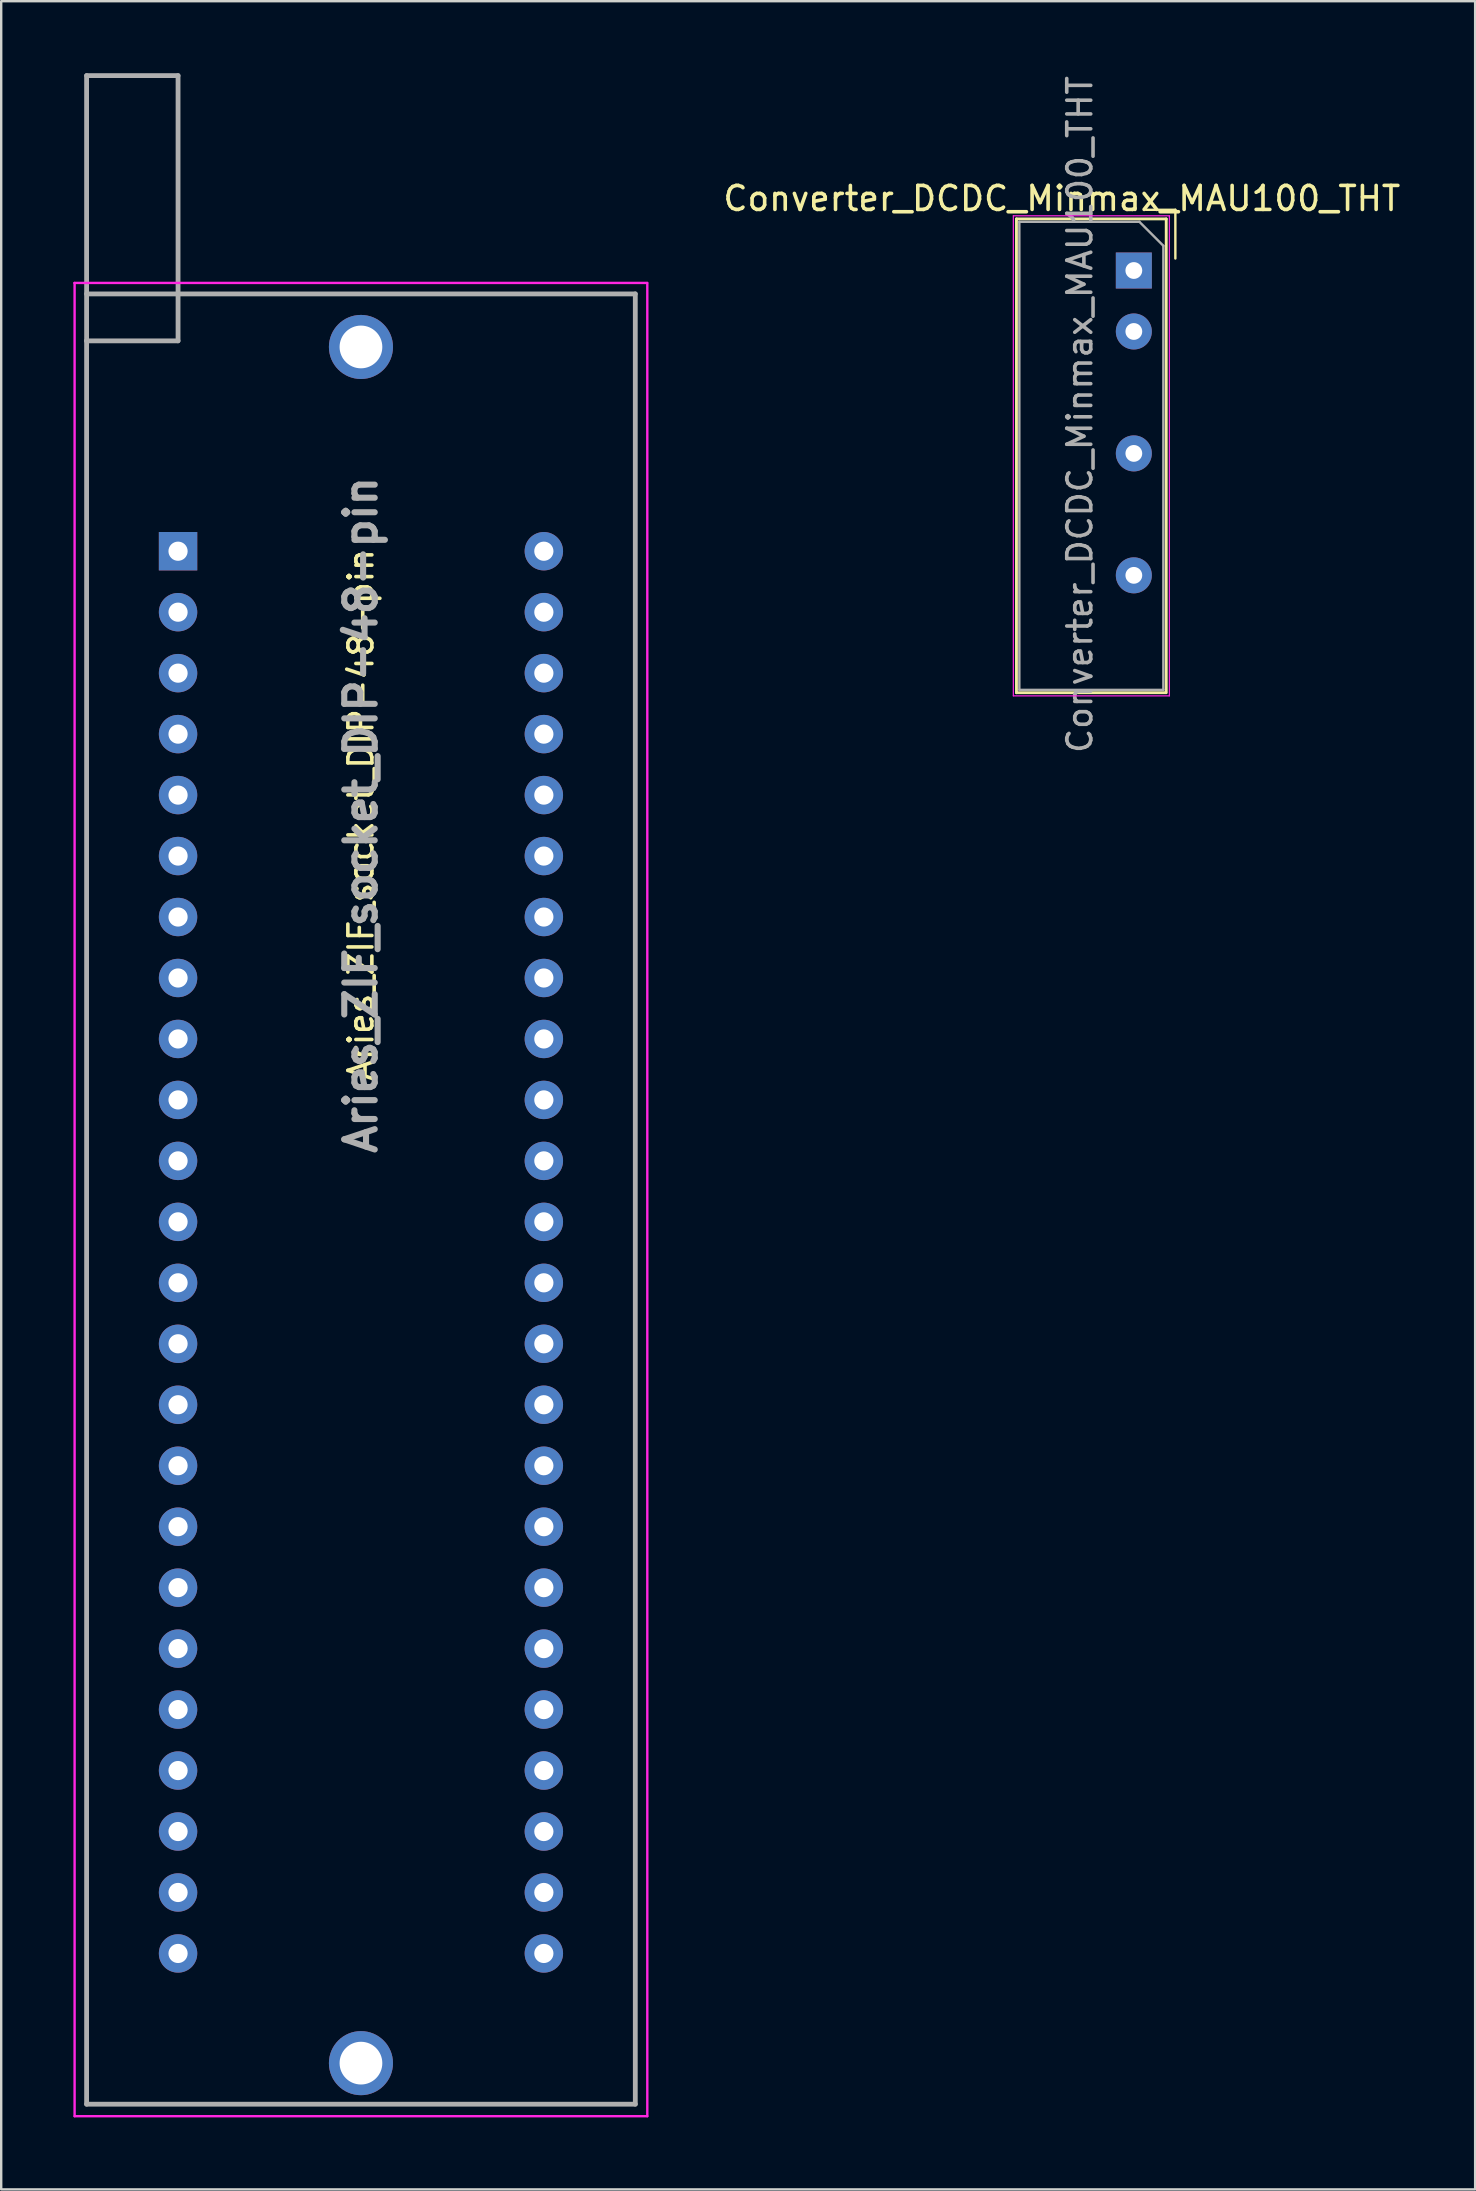
<source format=kicad_pcb>
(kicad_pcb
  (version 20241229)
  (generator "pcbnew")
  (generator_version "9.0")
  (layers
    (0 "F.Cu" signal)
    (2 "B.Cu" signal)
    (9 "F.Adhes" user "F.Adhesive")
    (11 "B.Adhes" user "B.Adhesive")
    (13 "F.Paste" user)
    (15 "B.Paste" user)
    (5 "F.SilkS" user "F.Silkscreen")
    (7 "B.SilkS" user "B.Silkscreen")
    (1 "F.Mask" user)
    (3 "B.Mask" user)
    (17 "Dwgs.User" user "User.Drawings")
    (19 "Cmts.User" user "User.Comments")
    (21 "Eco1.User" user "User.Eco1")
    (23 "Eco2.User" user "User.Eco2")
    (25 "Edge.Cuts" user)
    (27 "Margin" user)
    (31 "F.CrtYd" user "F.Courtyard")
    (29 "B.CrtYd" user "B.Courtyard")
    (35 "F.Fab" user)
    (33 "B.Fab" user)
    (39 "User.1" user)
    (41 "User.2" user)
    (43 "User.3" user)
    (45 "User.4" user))
  (footprint "Converter_DCDC_Minmax_MAU100_THT"
    (layer "F.Cu")
    (at 44.188 8.22)
    (property "Reference" "Converter_DCDC_Minmax_MAU100_THT" (at -3 -3 0) (layer "F.SilkS") (effects (font (size 1 1) (thickness 0.15))))
    (attr through_hole)
    (fp_line (start -4.89 -2.15) (end -4.89 17.59) (stroke (width 0.12) (type solid)) (layer "F.SilkS"))
    (fp_line (start -4.89 17.59) (end 1.33 17.59) (stroke (width 0.12) (type solid)) (layer "F.SilkS"))
    (fp_line (start 1.35 -2.15) (end -4.89 -2.15) (stroke (width 0.12) (type solid)) (layer "F.SilkS"))
    (fp_line (start 1.35 17.59) (end 1.35 -2.15) (stroke (width 0.12) (type solid)) (layer "F.SilkS"))
    (fp_line (start 1.73 -2.53) (end 0.5 -2.53) (stroke (width 0.1) (type solid)) (layer "F.SilkS"))
    (fp_line (start 1.73 -2.53) (end 1.73 -0.5) (stroke (width 0.1) (type solid)) (layer "F.SilkS"))
    (fp_line (start -5.02 -2.28) (end -5.02 17.72) (stroke (width 0.05) (type solid)) (layer "F.CrtYd"))
    (fp_line (start -5.02 17.72) (end 1.48 17.72) (stroke (width 0.05) (type solid)) (layer "F.CrtYd"))
    (fp_line (start 1.48 -2.28) (end -5.02 -2.28) (stroke (width 0.05) (type solid)) (layer "F.CrtYd"))
    (fp_line (start 1.48 17.72) (end 1.48 -2.28) (stroke (width 0.05) (type solid)) (layer "F.CrtYd"))
    (fp_line (start -4.77 -2.03) (end -4.77 17.47) (stroke (width 0.1) (type solid)) (layer "F.Fab"))
    (fp_line (start -4.77 17.47) (end 1.23 17.47) (stroke (width 0.1) (type solid)) (layer "F.Fab"))
    (fp_line (start 0.23 -2.03) (end -4.77 -2.03) (stroke (width 0.1) (type solid)) (layer "F.Fab"))
    (fp_line (start 0.23 -2.03) (end 1.23 -1.03) (stroke (width 0.1) (type solid)) (layer "F.Fab"))
    (fp_line (start 1.23 17.47) (end 1.23 -1.03) (stroke (width 0.1) (type solid)) (layer "F.Fab"))
    (fp_text user "${REFERENCE}" (at -2.25 6 90) (layer "F.Fab") (effects (font (size 1 1) (thickness 0.15))))
    (pad "1" thru_hole rect (at 0 0) (size 1.5 1.5) (drill 0.7) (layers "*.Cu" "*.Mask"))
    (pad "2" thru_hole oval (at 0 2.54) (size 1.5 1.5) (drill 0.7) (layers "*.Cu" "*.Mask"))
    (pad "4" thru_hole oval (at 0 7.62) (size 1.5 1.5) (drill 0.7) (layers "*.Cu" "*.Mask"))
    (pad "6" thru_hole oval (at 0 12.7) (size 1.5 1.5) (drill 0.7) (layers "*.Cu" "*.Mask")))
  (footprint "Aries_ZIF_socket_DIP-48-pin"
    (layer "F.Cu")
    (at 11.988 33.885)
    (property "Reference" "Aries_ZIF_socket_DIP-48-pin" (at 0 -2.985 90) (layer "F.SilkS") (effects (font (size 1 1) (thickness 0.15))))
    (attr through_hole)
    (fp_line (start -11.43 -24.69) (end 11.43 -24.69) (stroke (width 0.1) (type solid)) (layer "F.SilkS"))
    (fp_line (start -11.43 25.33) (end -11.43 -24.69) (stroke (width 0.1) (type solid)) (layer "F.SilkS"))
    (fp_line (start 11.43 -24.69) (end 11.43 25.33) (stroke (width 0.1) (type solid)) (layer "F.SilkS"))
    (fp_line (start 11.43 50.73) (end -11.43 50.73) (stroke (width 0.1) (type solid)) (layer "F.SilkS"))
    (fp_line (start -11.938 -25.146) (end 11.922 -25.146) (stroke (width 0.1) (type solid)) (layer "F.CrtYd"))
    (fp_line (start -11.93 51.23) (end -11.93 -25.146) (stroke (width 0.1) (type solid)) (layer "F.CrtYd"))
    (fp_line (start 11.93 -25.146) (end 11.93 51.23) (stroke (width 0.1) (type solid)) (layer "F.CrtYd"))
    (fp_line (start 11.93 51.23) (end -11.93 51.23) (stroke (width 0.1) (type solid)) (layer "F.CrtYd"))
    (fp_line (start -11.43 -33.785) (end -7.62 -33.785) (stroke (width 0.2) (type solid)) (layer "F.Fab"))
    (fp_line (start -11.43 -24.69) (end 11.43 -24.69) (stroke (width 0.2) (type solid)) (layer "F.Fab"))
    (fp_line (start -11.43 -22.735) (end -11.43 -33.785) (stroke (width 0.2) (type solid)) (layer "F.Fab"))
    (fp_line (start -11.43 50.73) (end -11.43 -22.735) (stroke (width 0.2) (type solid)) (layer "F.Fab"))
    (fp_line (start -7.62 -33.785) (end -7.62 -22.735) (stroke (width 0.2) (type solid)) (layer "F.Fab"))
    (fp_line (start -7.62 -22.735) (end -11.43 -22.735) (stroke (width 0.2) (type solid)) (layer "F.Fab"))
    (fp_line (start 11.43 -24.69) (end 11.43 50.73) (stroke (width 0.2) (type solid)) (layer "F.Fab"))
    (fp_line (start 11.43 50.73) (end -11.43 50.73) (stroke (width 0.2) (type solid)) (layer "F.Fab"))
    (fp_text user "${REFERENCE}" (at 0 -2.985 90) (layer "F.Fab") (effects (font (size 1.27 1.27) (thickness 0.254))))
    (pad "1" thru_hole rect (at -7.62 -13.97) (size 1.6 1.6) (drill 0.8) (layers "*.Cu" "*.Mask"))
    (pad "2" thru_hole oval (at -7.62 -11.43) (size 1.6 1.6) (drill 0.8) (layers "*.Cu" "*.Mask"))
    (pad "3" thru_hole oval (at -7.62 -8.89) (size 1.6 1.6) (drill 0.8) (layers "*.Cu" "*.Mask"))
    (pad "4" thru_hole oval (at -7.62 -6.35) (size 1.6 1.6) (drill 0.8) (layers "*.Cu" "*.Mask"))
    (pad "5" thru_hole oval (at -7.62 -3.81) (size 1.6 1.6) (drill 0.8) (layers "*.Cu" "*.Mask"))
    (pad "6" thru_hole oval (at -7.62 -1.27) (size 1.6 1.6) (drill 0.8) (layers "*.Cu" "*.Mask"))
    (pad "7" thru_hole oval (at -7.62 1.27) (size 1.6 1.6) (drill 0.8) (layers "*.Cu" "*.Mask"))
    (pad "8" thru_hole oval (at -7.62 3.81) (size 1.6 1.6) (drill 0.8) (layers "*.Cu" "*.Mask"))
    (pad "9" thru_hole oval (at -7.62 6.35) (size 1.6 1.6) (drill 0.8) (layers "*.Cu" "*.Mask"))
    (pad "10" thru_hole oval (at -7.62 8.89) (size 1.6 1.6) (drill 0.8) (layers "*.Cu" "*.Mask"))
    (pad "11" thru_hole oval (at -7.62 11.43) (size 1.6 1.6) (drill 0.8) (layers "*.Cu" "*.Mask"))
    (pad "12" thru_hole oval (at -7.62 13.97) (size 1.6 1.6) (drill 0.8) (layers "*.Cu" "*.Mask"))
    (pad "13" thru_hole oval (at -7.62 16.51) (size 1.6 1.6) (drill 0.8) (layers "*.Cu" "*.Mask"))
    (pad "14" thru_hole oval (at -7.62 19.05) (size 1.6 1.6) (drill 0.8) (layers "*.Cu" "*.Mask"))
    (pad "15" thru_hole oval (at -7.62 21.59) (size 1.6 1.6) (drill 0.8) (layers "*.Cu" "*.Mask"))
    (pad "16" thru_hole oval (at -7.62 24.13) (size 1.6 1.6) (drill 0.8) (layers "*.Cu" "*.Mask"))
    (pad "17" thru_hole oval (at -7.62 26.67) (size 1.6 1.6) (drill 0.8) (layers "*.Cu" "*.Mask"))
    (pad "18" thru_hole oval (at -7.62 29.21) (size 1.6 1.6) (drill 0.8) (layers "*.Cu" "*.Mask"))
    (pad "19" thru_hole oval (at -7.62 31.75) (size 1.6 1.6) (drill 0.8) (layers "*.Cu" "*.Mask"))
    (pad "20" thru_hole oval (at -7.62 34.29) (size 1.6 1.6) (drill 0.8) (layers "*.Cu" "*.Mask"))
    (pad "21" thru_hole oval (at -7.62 36.83) (size 1.6 1.6) (drill 0.8) (layers "*.Cu" "*.Mask"))
    (pad "22" thru_hole oval (at -7.62 39.37) (size 1.6 1.6) (drill 0.8) (layers "*.Cu" "*.Mask"))
    (pad "23" thru_hole oval (at -7.62 41.91) (size 1.6 1.6) (drill 0.8) (layers "*.Cu" "*.Mask"))
    (pad "24" thru_hole oval (at -7.62 44.45) (size 1.6 1.6) (drill 0.8) (layers "*.Cu" "*.Mask"))
    (pad "25" thru_hole oval (at 7.62 44.45) (size 1.6 1.6) (drill 0.8) (layers "*.Cu" "*.Mask"))
    (pad "26" thru_hole oval (at 7.62 41.91) (size 1.6 1.6) (drill 0.8) (layers "*.Cu" "*.Mask"))
    (pad "27" thru_hole oval (at 7.62 39.37) (size 1.6 1.6) (drill 0.8) (layers "*.Cu" "*.Mask"))
    (pad "28" thru_hole oval (at 7.62 36.83) (size 1.6 1.6) (drill 0.8) (layers "*.Cu" "*.Mask"))
    (pad "29" thru_hole oval (at 7.62 34.29) (size 1.6 1.6) (drill 0.8) (layers "*.Cu" "*.Mask"))
    (pad "30" thru_hole oval (at 7.62 31.75) (size 1.6 1.6) (drill 0.8) (layers "*.Cu" "*.Mask"))
    (pad "31" thru_hole oval (at 7.62 29.21) (size 1.6 1.6) (drill 0.8) (layers "*.Cu" "*.Mask"))
    (pad "32" thru_hole oval (at 7.62 26.67) (size 1.6 1.6) (drill 0.8) (layers "*.Cu" "*.Mask"))
    (pad "33" thru_hole oval (at 7.62 24.13) (size 1.6 1.6) (drill 0.8) (layers "*.Cu" "*.Mask"))
    (pad "34" thru_hole oval (at 7.62 21.59) (size 1.6 1.6) (drill 0.8) (layers "*.Cu" "*.Mask"))
    (pad "35" thru_hole oval (at 7.62 19.05) (size 1.6 1.6) (drill 0.8) (layers "*.Cu" "*.Mask"))
    (pad "36" thru_hole oval (at 7.62 16.51) (size 1.6 1.6) (drill 0.8) (layers "*.Cu" "*.Mask"))
    (pad "37" thru_hole oval (at 7.62 13.97) (size 1.6 1.6) (drill 0.8) (layers "*.Cu" "*.Mask"))
    (pad "38" thru_hole oval (at 7.62 11.43) (size 1.6 1.6) (drill 0.8) (layers "*.Cu" "*.Mask"))
    (pad "39" thru_hole oval (at 7.62 8.89) (size 1.6 1.6) (drill 0.8) (layers "*.Cu" "*.Mask"))
    (pad "40" thru_hole oval (at 7.62 6.35) (size 1.6 1.6) (drill 0.8) (layers "*.Cu" "*.Mask"))
    (pad "41" thru_hole oval (at 7.62 3.81) (size 1.6 1.6) (drill 0.8) (layers "*.Cu" "*.Mask"))
    (pad "42" thru_hole oval (at 7.62 1.27) (size 1.6 1.6) (drill 0.8) (layers "*.Cu" "*.Mask"))
    (pad "43" thru_hole oval (at 7.62 -1.27) (size 1.6 1.6) (drill 0.8) (layers "*.Cu" "*.Mask"))
    (pad "44" thru_hole oval (at 7.62 -3.81) (size 1.6 1.6) (drill 0.8) (layers "*.Cu" "*.Mask"))
    (pad "45" thru_hole oval (at 7.62 -6.35) (size 1.6 1.6) (drill 0.8) (layers "*.Cu" "*.Mask"))
    (pad "46" thru_hole oval (at 7.62 -8.89) (size 1.6 1.6) (drill 0.8) (layers "*.Cu" "*.Mask"))
    (pad "47" thru_hole oval (at 7.62 -11.43) (size 1.6 1.6) (drill 0.8) (layers "*.Cu" "*.Mask"))
    (pad "48" thru_hole oval (at 7.62 -13.97) (size 1.6 1.6) (drill 0.8) (layers "*.Cu" "*.Mask"))
    (pad "MH1" thru_hole circle (at 0 49.02 90) (size 2.67 2.67) (drill 1.78) (layers "*.Cu" "*.Mask"))
    (pad "MH2" thru_hole circle (at 0 -22.48 90) (size 2.67 2.67) (drill 1.78) (layers "*.Cu" "*.Mask")))
  (gr_rect
    (start -3 -3)
    (end 58.408 88.165)
    (stroke (width 0.1) (type default))
    (fill no)
    (layer "Edge.Cuts")))
</source>
